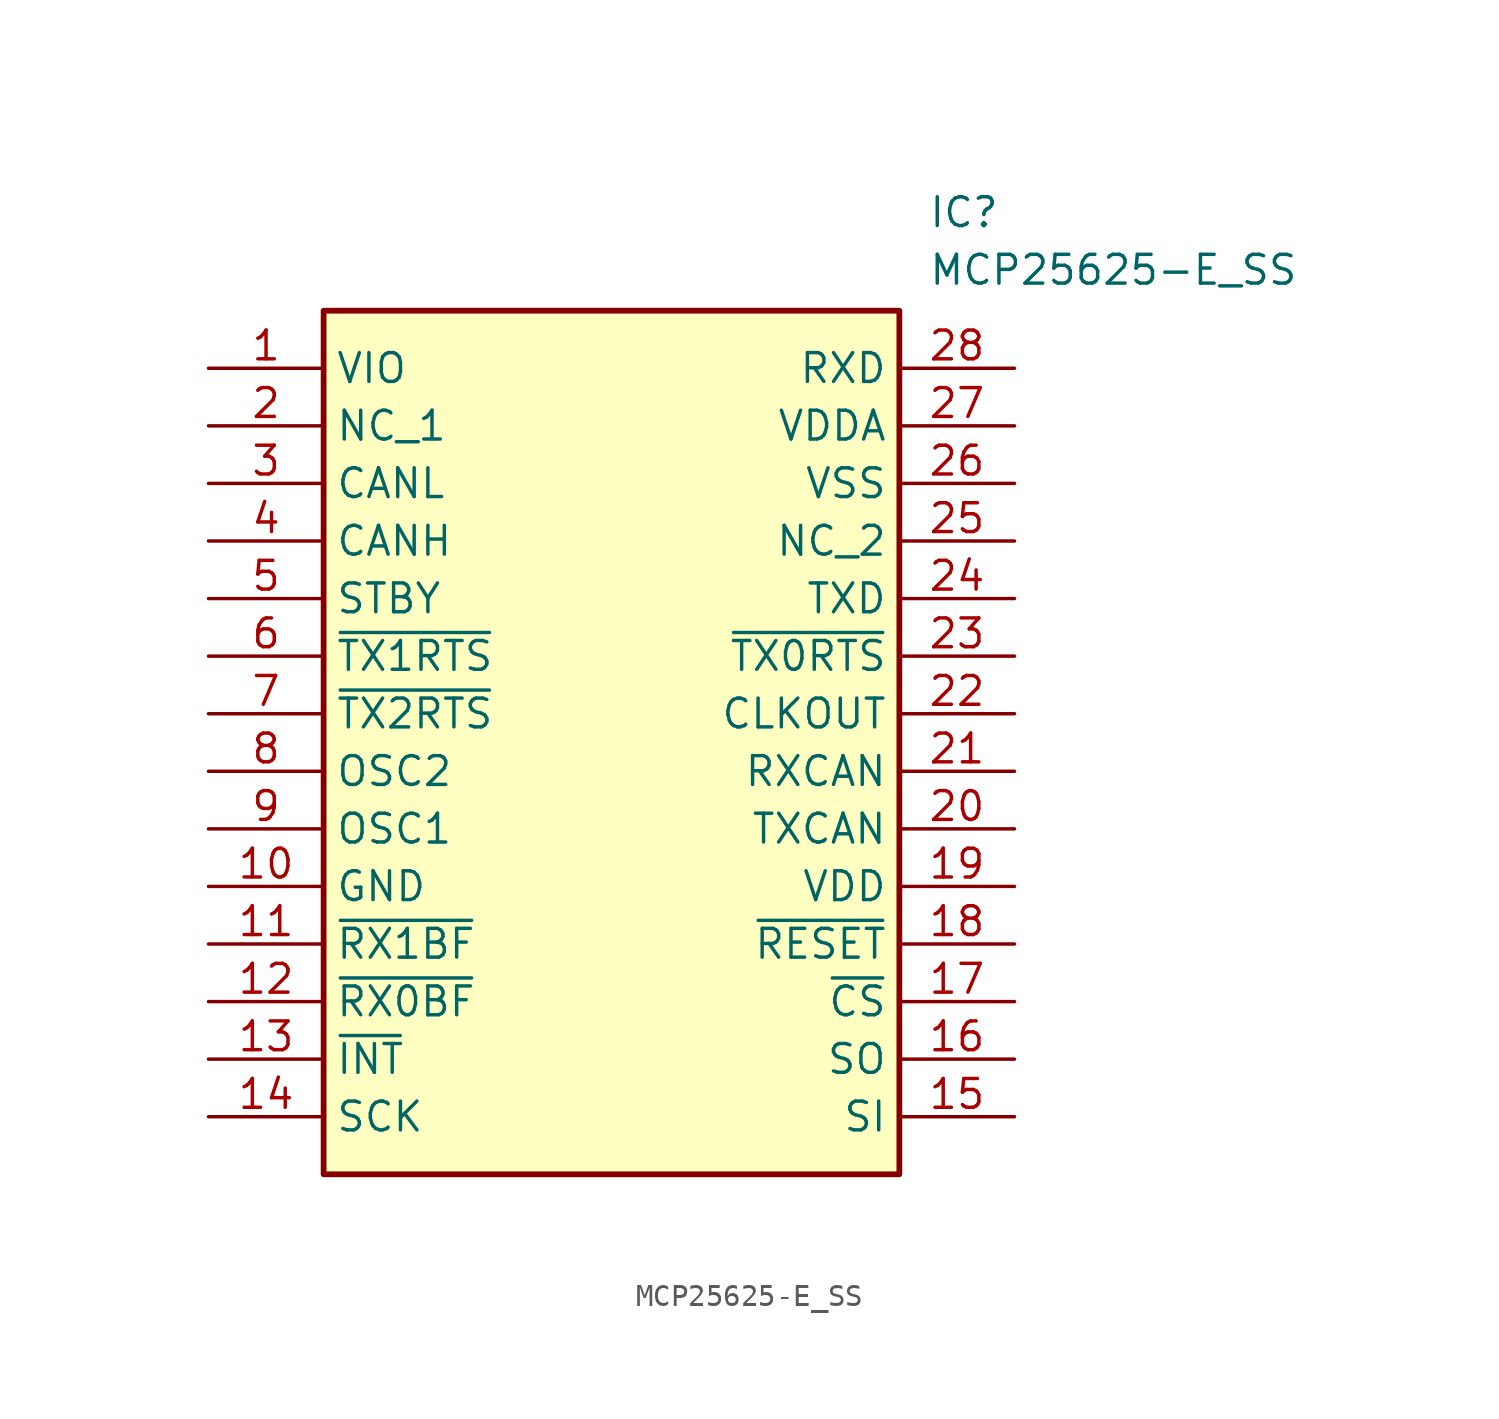
<source format=kicad_sym>
(kicad_symbol_lib
  (version 20211014)
  (generator SamacSys_ECAD_Model)
  (symbol "MCP25625-E_SS"
    (property "Reference" "IC"
      (at 31.75 7.62 0)
      (effects (font (size 1.27 1.27)) (justify left top)))
    (property "Value" "MCP25625-E_SS"
      (at 31.75 5.08 0)
      (effects (font (size 1.27 1.27)) (justify left top)))
    (rectangle
      (start 5.08 2.54)
      (end 30.48 -35.56)
      (stroke (width 0.254) (type default))
      (fill (type background)))
    (pin passive line
      (at 0 0 0)
      (length 5.08)
      (name "VIO" (effects (font (size 1.27 1.27))))
      (number "1" (effects (font (size 1.27 1.27)))))
    (pin passive line
      (at 0 -2.54 0)
      (length 5.08)
      (name "NC_1" (effects (font (size 1.27 1.27))))
      (number "2" (effects (font (size 1.27 1.27)))))
    (pin passive line
      (at 0 -5.08 0)
      (length 5.08)
      (name "CANL" (effects (font (size 1.27 1.27))))
      (number "3" (effects (font (size 1.27 1.27)))))
    (pin passive line
      (at 0 -7.62 0)
      (length 5.08)
      (name "CANH" (effects (font (size 1.27 1.27))))
      (number "4" (effects (font (size 1.27 1.27)))))
    (pin passive line
      (at 0 -10.16 0)
      (length 5.08)
      (name "STBY" (effects (font (size 1.27 1.27))))
      (number "5" (effects (font (size 1.27 1.27)))))
    (pin passive line
      (at 0 -12.7 0)
      (length 5.08)
      (name "~{TX1RTS}" (effects (font (size 1.27 1.27))))
      (number "6" (effects (font (size 1.27 1.27)))))
    (pin passive line
      (at 0 -15.24 0)
      (length 5.08)
      (name "~{TX2RTS}" (effects (font (size 1.27 1.27))))
      (number "7" (effects (font (size 1.27 1.27)))))
    (pin passive line
      (at 0 -17.78 0)
      (length 5.08)
      (name "OSC2" (effects (font (size 1.27 1.27))))
      (number "8" (effects (font (size 1.27 1.27)))))
    (pin passive line
      (at 0 -20.32 0)
      (length 5.08)
      (name "OSC1" (effects (font (size 1.27 1.27))))
      (number "9" (effects (font (size 1.27 1.27)))))
    (pin passive line
      (at 0 -22.86 0)
      (length 5.08)
      (name "GND" (effects (font (size 1.27 1.27))))
      (number "10" (effects (font (size 1.27 1.27)))))
    (pin passive line
      (at 0 -25.4 0)
      (length 5.08)
      (name "~{RX1BF}" (effects (font (size 1.27 1.27))))
      (number "11" (effects (font (size 1.27 1.27)))))
    (pin passive line
      (at 0 -27.94 0)
      (length 5.08)
      (name "~{RX0BF}" (effects (font (size 1.27 1.27))))
      (number "12" (effects (font (size 1.27 1.27)))))
    (pin passive line
      (at 0 -30.48 0)
      (length 5.08)
      (name "~{INT}" (effects (font (size 1.27 1.27))))
      (number "13" (effects (font (size 1.27 1.27)))))
    (pin passive line
      (at 0 -33.02 0)
      (length 5.08)
      (name "SCK" (effects (font (size 1.27 1.27))))
      (number "14" (effects (font (size 1.27 1.27)))))
    (pin passive line
      (at 35.56 0 180)
      (length 5.08)
      (name "RXD" (effects (font (size 1.27 1.27))))
      (number "28" (effects (font (size 1.27 1.27)))))
    (pin passive line
      (at 35.56 -2.54 180)
      (length 5.08)
      (name "VDDA" (effects (font (size 1.27 1.27))))
      (number "27" (effects (font (size 1.27 1.27)))))
    (pin passive line
      (at 35.56 -5.08 180)
      (length 5.08)
      (name "VSS" (effects (font (size 1.27 1.27))))
      (number "26" (effects (font (size 1.27 1.27)))))
    (pin passive line
      (at 35.56 -7.62 180)
      (length 5.08)
      (name "NC_2" (effects (font (size 1.27 1.27))))
      (number "25" (effects (font (size 1.27 1.27)))))
    (pin passive line
      (at 35.56 -10.16 180)
      (length 5.08)
      (name "TXD" (effects (font (size 1.27 1.27))))
      (number "24" (effects (font (size 1.27 1.27)))))
    (pin passive line
      (at 35.56 -12.7 180)
      (length 5.08)
      (name "~{TX0RTS}" (effects (font (size 1.27 1.27))))
      (number "23" (effects (font (size 1.27 1.27)))))
    (pin passive line
      (at 35.56 -15.24 180)
      (length 5.08)
      (name "CLKOUT" (effects (font (size 1.27 1.27))))
      (number "22" (effects (font (size 1.27 1.27)))))
    (pin passive line
      (at 35.56 -17.78 180)
      (length 5.08)
      (name "RXCAN" (effects (font (size 1.27 1.27))))
      (number "21" (effects (font (size 1.27 1.27)))))
    (pin passive line
      (at 35.56 -20.32 180)
      (length 5.08)
      (name "TXCAN" (effects (font (size 1.27 1.27))))
      (number "20" (effects (font (size 1.27 1.27)))))
    (pin passive line
      (at 35.56 -22.86 180)
      (length 5.08)
      (name "VDD" (effects (font (size 1.27 1.27))))
      (number "19" (effects (font (size 1.27 1.27)))))
    (pin passive line
      (at 35.56 -25.4 180)
      (length 5.08)
      (name "~{RESET}" (effects (font (size 1.27 1.27))))
      (number "18" (effects (font (size 1.27 1.27)))))
    (pin passive line
      (at 35.56 -27.94 180)
      (length 5.08)
      (name "~{CS}" (effects (font (size 1.27 1.27))))
      (number "17" (effects (font (size 1.27 1.27)))))
    (pin passive line
      (at 35.56 -30.48 180)
      (length 5.08)
      (name "SO" (effects (font (size 1.27 1.27))))
      (number "16" (effects (font (size 1.27 1.27)))))
    (pin passive line
      (at 35.56 -33.02 180)
      (length 5.08)
      (name "SI" (effects (font (size 1.27 1.27))))
      (number "15" (effects (font (size 1.27 1.27)))))))
</source>
